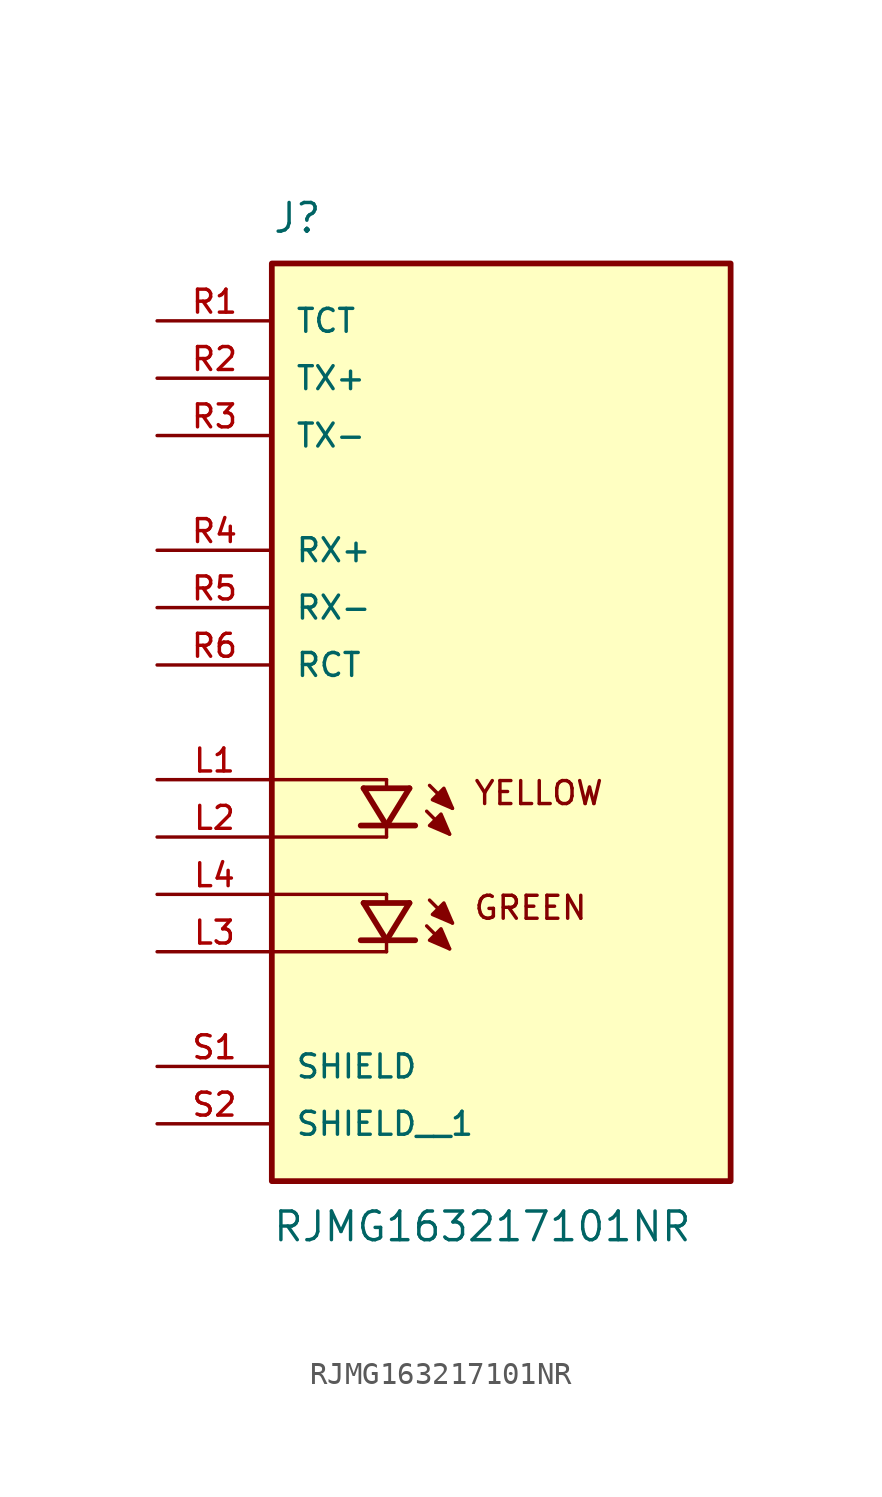
<source format=kicad_sym>
(kicad_symbol_lib
  (version 20211014)
  (generator kicad_symbol_editor)
  (symbol "RJMG163217101NR"
    (pin_names
      (offset 1.016))
    (property "Reference" "J"
      (at -10.16 19.05 0)
      (effects (font (size 1.27 1.27)) (justify bottom left)))
    (property "Value" "RJMG163217101NR"
      (at -10.16 -24.13 0)
      (effects (font (size 1.27 1.27)) (justify top left)))
    (symbol "RJMG163217101NR_0_0"
      (polyline (pts (xy -6.096 -5.461) (xy -5.08 -7.112)) (stroke (width 0.254)))
      (polyline (pts (xy -5.08 -7.112) (xy -4.064 -5.461)) (stroke (width 0.254)))
      (polyline (pts (xy -6.223 -7.112) (xy -5.08 -7.112)) (stroke (width 0.254)))
      (polyline (pts (xy -5.08 -7.112) (xy -3.81 -7.112)) (stroke (width 0.254)))
      (polyline (pts (xy -6.096 -5.461) (xy -4.064 -5.461)) (stroke (width 0.254)))
      (polyline (pts (xy -3.175 -5.334) (xy -2.159 -6.35)) (stroke (width 0.152)))
      (polyline (pts (xy -3.302 -6.477) (xy -2.286 -7.493)) (stroke (width 0.152)))
      (polyline (pts (xy -5.08 -5.08) (xy -5.08 -5.334)) (stroke (width 0.152)))
      (polyline (pts (xy -5.08 -7.239) (xy -5.08 -7.62)) (stroke (width 0.152)))
      (polyline (pts (xy -10.16 -5.08) (xy -5.08 -5.08)) (stroke (width 0.152)))
      (polyline (pts (xy -5.08 -7.62) (xy -10.16 -7.62)) (stroke (width 0.152)))
      (polyline (pts (xy -6.096 -10.541) (xy -5.08 -12.192)) (stroke (width 0.254)))
      (polyline (pts (xy -5.08 -12.192) (xy -4.064 -10.541)) (stroke (width 0.254)))
      (polyline (pts (xy -6.223 -12.192) (xy -5.08 -12.192)) (stroke (width 0.254)))
      (polyline (pts (xy -5.08 -12.192) (xy -3.81 -12.192)) (stroke (width 0.254)))
      (polyline (pts (xy -6.096 -10.541) (xy -4.064 -10.541)) (stroke (width 0.254)))
      (polyline (pts (xy -3.175 -10.414) (xy -2.159 -11.43)) (stroke (width 0.152)))
      (polyline (pts (xy -3.302 -11.557) (xy -2.286 -12.573)) (stroke (width 0.152)))
      (polyline (pts (xy -5.08 -10.16) (xy -5.08 -10.414)) (stroke (width 0.152)))
      (polyline (pts (xy -5.08 -12.319) (xy -5.08 -12.7)) (stroke (width 0.152)))
      (polyline (pts (xy -10.16 -10.16) (xy -5.08 -10.16)) (stroke (width 0.152)))
      (polyline (pts (xy -5.08 -12.7) (xy -10.16 -12.7)) (stroke (width 0.152)))
      (polyline (pts (xy -2.159 -6.35) (xy -2.54 -5.461) (xy -3.048 -5.969) (xy -2.159 -6.35)) (stroke (width 0.152)) (fill (type outline)))
      (polyline (pts (xy -2.286 -7.493) (xy -2.667 -6.604) (xy -3.175 -7.112) (xy -2.286 -7.493)) (stroke (width 0.152)) (fill (type outline)))
      (polyline (pts (xy -2.159 -11.43) (xy -2.54 -10.541) (xy -3.048 -11.049) (xy -2.159 -11.43)) (stroke (width 0.152)) (fill (type outline)))
      (polyline (pts (xy -2.286 -12.573) (xy -2.667 -11.684) (xy -3.175 -12.192) (xy -2.286 -12.573)) (stroke (width 0.152)) (fill (type outline)))
      (text "GREEN" (at -1.27 -10.16 0) (effects (font (size 1.016 1.016)) (justify top left)))
      (text "YELLOW" (at -1.27 -5.08 0) (effects (font (size 1.016 1.016)) (justify top left)))
      (rectangle (start -10.16 -22.86) (end 10.16 17.78) (stroke (width 0.254)) (fill (type background)))
      (pin passive line (at -15.24 0.0 0) (length 5.08) (name "RCT" (effects (font (size 1.016 1.016)))) (number "R6" (effects (font (size 1.016 1.016)))))
      (pin passive line (at -15.24 2.54 0) (length 5.08) (name "RX-" (effects (font (size 1.016 1.016)))) (number "R5" (effects (font (size 1.016 1.016)))))
      (pin passive line (at -15.24 5.08 0) (length 5.08) (name "RX+" (effects (font (size 1.016 1.016)))) (number "R4" (effects (font (size 1.016 1.016)))))
      (pin passive line (at -15.24 10.16 0) (length 5.08) (name "TX-" (effects (font (size 1.016 1.016)))) (number "R3" (effects (font (size 1.016 1.016)))))
      (pin passive line (at -15.24 -7.62 0) (length 5.08) (name "~" (effects (font (size 1.016 1.016)))) (number "L2" (effects (font (size 1.016 1.016)))))
      (pin passive line (at -15.24 -5.08 0) (length 5.08) (name "~" (effects (font (size 1.016 1.016)))) (number "L1" (effects (font (size 1.016 1.016)))))
      (pin passive line (at -15.24 -12.7 0) (length 5.08) (name "~" (effects (font (size 1.016 1.016)))) (number "L3" (effects (font (size 1.016 1.016)))))
      (pin passive line (at -15.24 -10.16 0) (length 5.08) (name "~" (effects (font (size 1.016 1.016)))) (number "L4" (effects (font (size 1.016 1.016)))))
      (pin passive line (at -15.24 15.24 0) (length 5.08) (name "TCT" (effects (font (size 1.016 1.016)))) (number "R1" (effects (font (size 1.016 1.016)))))
      (pin passive line (at -15.24 12.7 0) (length 5.08) (name "TX+" (effects (font (size 1.016 1.016)))) (number "R2" (effects (font (size 1.016 1.016)))))
      (pin passive line (at -15.24 -17.78 0) (length 5.08) (name "SHIELD" (effects (font (size 1.016 1.016)))) (number "S1" (effects (font (size 1.016 1.016)))))
      (pin passive line (at -15.24 -20.32 0) (length 5.08) (name "SHIELD__1" (effects (font (size 1.016 1.016)))) (number "S2" (effects (font (size 1.016 1.016))))))))
</source>
